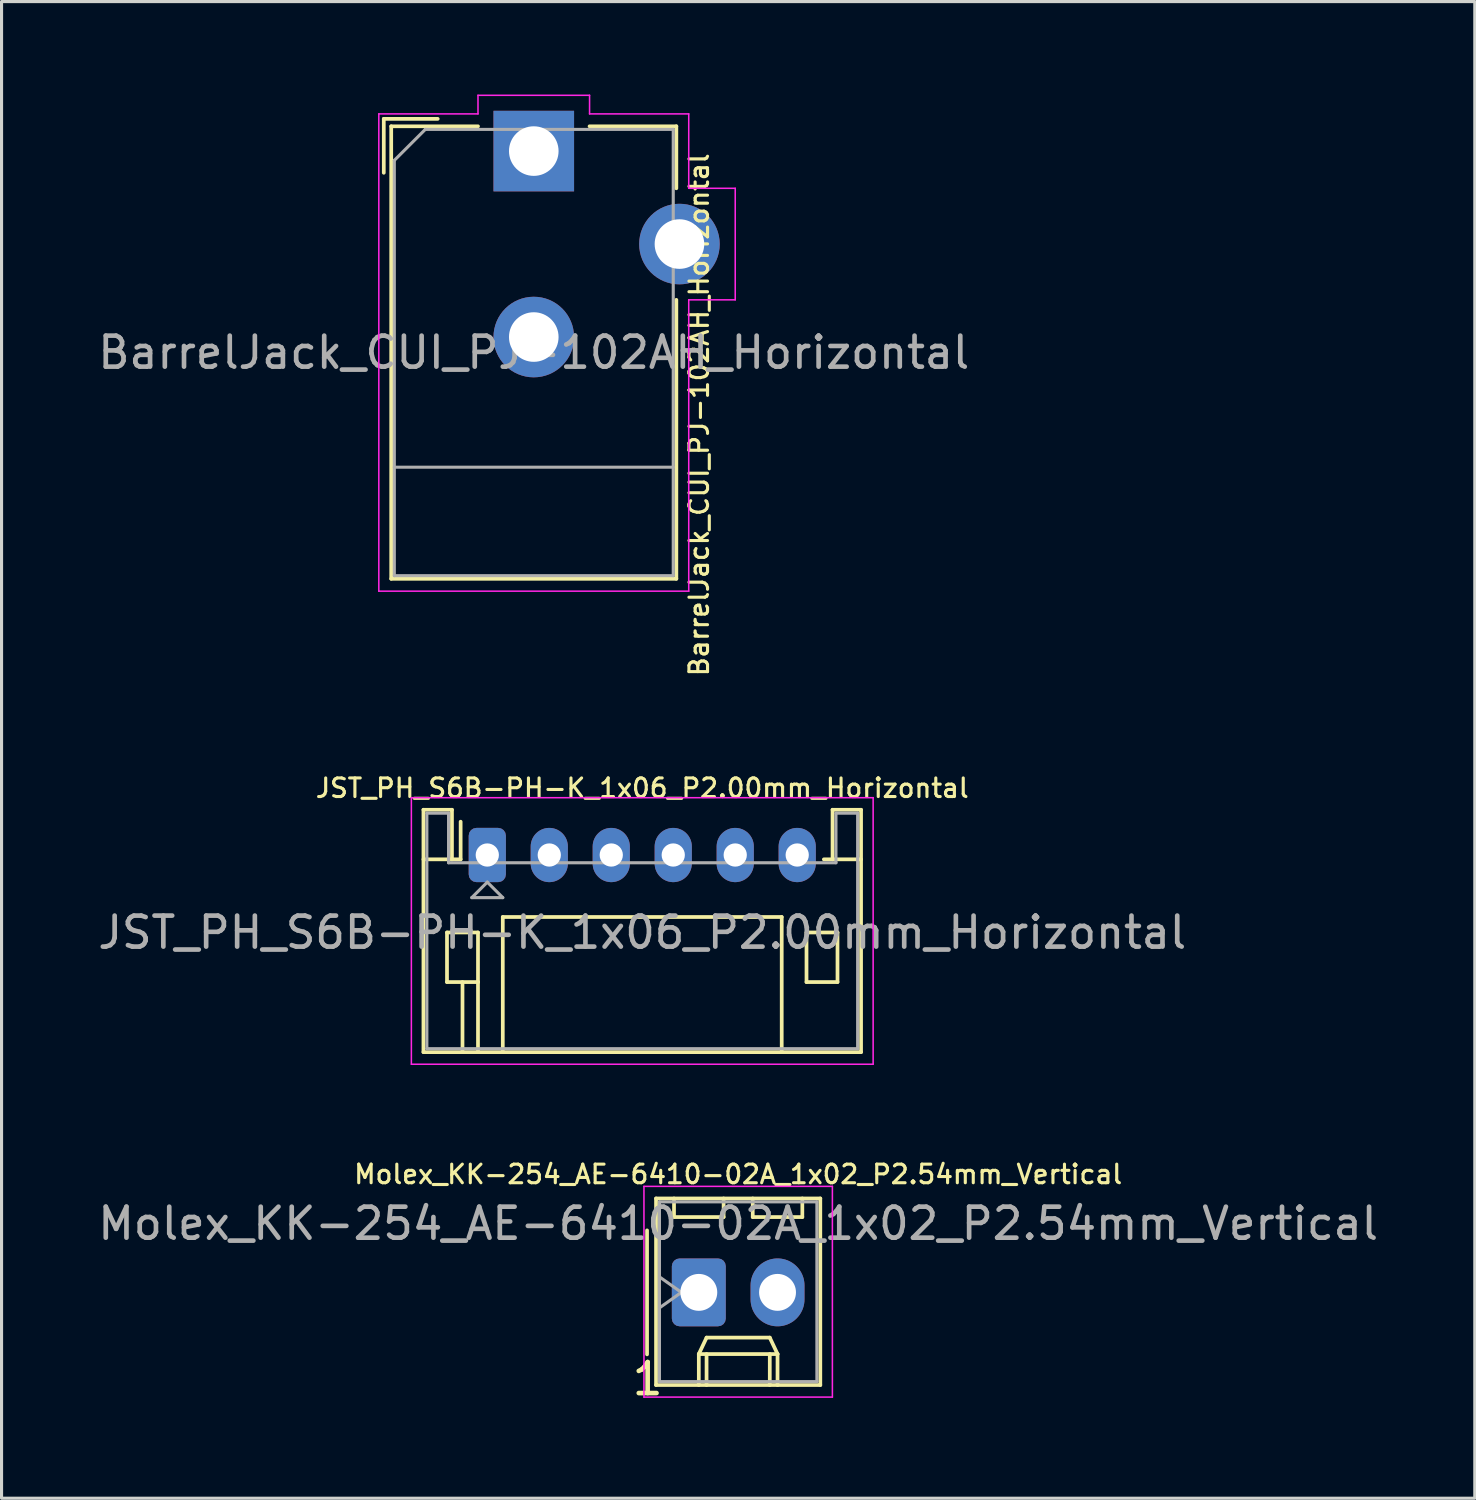
<source format=kicad_pcb>
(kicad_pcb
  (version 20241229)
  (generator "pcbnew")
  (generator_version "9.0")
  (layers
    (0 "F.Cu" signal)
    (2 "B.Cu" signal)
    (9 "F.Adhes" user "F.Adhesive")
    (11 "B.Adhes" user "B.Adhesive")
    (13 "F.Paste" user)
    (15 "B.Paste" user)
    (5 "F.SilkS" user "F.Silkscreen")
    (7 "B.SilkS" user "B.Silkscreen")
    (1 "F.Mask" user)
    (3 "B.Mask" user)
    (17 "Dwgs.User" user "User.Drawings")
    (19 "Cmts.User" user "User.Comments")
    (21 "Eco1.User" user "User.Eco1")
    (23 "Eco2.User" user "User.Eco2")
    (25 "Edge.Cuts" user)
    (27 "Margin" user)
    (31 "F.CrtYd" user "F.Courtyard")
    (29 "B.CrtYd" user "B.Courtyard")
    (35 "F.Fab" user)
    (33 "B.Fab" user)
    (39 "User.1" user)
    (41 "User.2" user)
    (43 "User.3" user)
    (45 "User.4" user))
  (footprint "Molex_KK-254_AE-6410-02A_1x02_P2.54mm_Vertical"
    (layer "F.Cu")
    (at 19.498 38.65)
    (property "Reference" "Molex_KK-254_AE-6410-02A_1x02_P2.54mm_Vertical" (at 1.27 -3.81 0) (layer "F.SilkS") (effects (font (size 0.6 0.6) (thickness 0.1))))
    (attr through_hole)
    (fp_line (start -1.67 -2) (end -1.67 2) (stroke (width 0.12) (type solid)) (layer "F.SilkS"))
    (fp_line (start -1.38 -3.03) (end -1.38 2.99) (stroke (width 0.12) (type solid)) (layer "F.SilkS"))
    (fp_line (start -1.38 2.99) (end 3.92 2.99) (stroke (width 0.12) (type solid)) (layer "F.SilkS"))
    (fp_line (start -0.8 -3.03) (end -0.8 -2.43) (stroke (width 0.12) (type solid)) (layer "F.SilkS"))
    (fp_line (start -0.8 -2.43) (end 0.8 -2.43) (stroke (width 0.12) (type solid)) (layer "F.SilkS"))
    (fp_line (start 0 1.99) (end 0.25 1.46) (stroke (width 0.12) (type solid)) (layer "F.SilkS"))
    (fp_line (start 0 1.99) (end 2.54 1.99) (stroke (width 0.12) (type solid)) (layer "F.SilkS"))
    (fp_line (start 0 2.99) (end 0 1.99) (stroke (width 0.12) (type solid)) (layer "F.SilkS"))
    (fp_line (start 0.25 1.46) (end 2.29 1.46) (stroke (width 0.12) (type solid)) (layer "F.SilkS"))
    (fp_line (start 0.25 2.99) (end 0.25 1.99) (stroke (width 0.12) (type solid)) (layer "F.SilkS"))
    (fp_line (start 0.8 -2.43) (end 0.8 -3.03) (stroke (width 0.12) (type solid)) (layer "F.SilkS"))
    (fp_line (start 1.74 -3.03) (end 1.74 -2.43) (stroke (width 0.12) (type solid)) (layer "F.SilkS"))
    (fp_line (start 1.74 -2.43) (end 3.34 -2.43) (stroke (width 0.12) (type solid)) (layer "F.SilkS"))
    (fp_line (start 2.29 1.46) (end 2.54 1.99) (stroke (width 0.12) (type solid)) (layer "F.SilkS"))
    (fp_line (start 2.29 2.99) (end 2.29 1.99) (stroke (width 0.12) (type solid)) (layer "F.SilkS"))
    (fp_line (start 2.54 1.99) (end 2.54 2.99) (stroke (width 0.12) (type solid)) (layer "F.SilkS"))
    (fp_line (start 3.34 -2.43) (end 3.34 -3.03) (stroke (width 0.12) (type solid)) (layer "F.SilkS"))
    (fp_line (start 3.92 -3.03) (end -1.38 -3.03) (stroke (width 0.12) (type solid)) (layer "F.SilkS"))
    (fp_line (start 3.92 2.99) (end 3.92 -3.03) (stroke (width 0.12) (type solid)) (layer "F.SilkS"))
    (fp_line (start -1.77 -3.42) (end -1.77 3.38) (stroke (width 0.05) (type solid)) (layer "F.CrtYd"))
    (fp_line (start -1.77 3.38) (end 4.31 3.38) (stroke (width 0.05) (type solid)) (layer "F.CrtYd"))
    (fp_line (start 4.31 -3.42) (end -1.77 -3.42) (stroke (width 0.05) (type solid)) (layer "F.CrtYd"))
    (fp_line (start 4.31 3.38) (end 4.31 -3.42) (stroke (width 0.05) (type solid)) (layer "F.CrtYd"))
    (fp_line (start -1.27 -2.92) (end -1.27 2.88) (stroke (width 0.1) (type solid)) (layer "F.Fab"))
    (fp_line (start -1.27 -0.5) (end -0.563 0) (stroke (width 0.1) (type solid)) (layer "F.Fab"))
    (fp_line (start -1.27 2.88) (end 3.81 2.88) (stroke (width 0.1) (type solid)) (layer "F.Fab"))
    (fp_line (start -0.563 0) (end -1.27 0.5) (stroke (width 0.1) (type solid)) (layer "F.Fab"))
    (fp_line (start 3.81 -2.92) (end -1.27 -2.92) (stroke (width 0.1) (type solid)) (layer "F.Fab"))
    (fp_line (start 3.81 2.88) (end 3.81 -2.92) (stroke (width 0.1) (type solid)) (layer "F.Fab"))
    (fp_text user "1" (at -1.651 2.794 0) (unlocked yes) (layer "F.SilkS") (effects (font (size 1 1) (thickness 0.15))))
    (fp_text user "${REFERENCE}" (at 1.27 -2.22 0) (layer "F.Fab") (effects (font (size 1 1) (thickness 0.15))))
    (pad "1" thru_hole roundrect (at 0 0) (size 1.74 2.19) (drill 1.19) (layers "*.Cu" "*.Mask") (roundrect_rratio 0.144))
    (pad "2" thru_hole oval (at 2.54 0) (size 1.74 2.19) (drill 1.19) (layers "*.Cu" "*.Mask")))
  (footprint "BarrelJack_CUI_PJ-102AH_Horizontal"
    (layer "F.Cu")
    (at 14.173 1.825)
    (property "Reference" "BarrelJack_CUI_PJ-102AH_Horizontal" (at 5.334 8.509 90) (layer "F.SilkS") (effects (font (size 0.6 0.6) (thickness 0.1))))
    (attr through_hole)
    (fp_line (start -4.84 -1.04) (end -3.1 -1.04) (stroke (width 0.12) (type solid)) (layer "F.SilkS"))
    (fp_line (start -4.84 0.7) (end -4.84 -1.04) (stroke (width 0.12) (type solid)) (layer "F.SilkS"))
    (fp_line (start -4.6 -0.8) (end -1.8 -0.8) (stroke (width 0.12) (type solid)) (layer "F.SilkS"))
    (fp_line (start -4.6 13.8) (end -4.6 -0.8) (stroke (width 0.12) (type solid)) (layer "F.SilkS"))
    (fp_line (start 1.8 -0.8) (end 4.6 -0.8) (stroke (width 0.12) (type solid)) (layer "F.SilkS"))
    (fp_line (start 4.6 -0.8) (end 4.6 1.2) (stroke (width 0.12) (type solid)) (layer "F.SilkS"))
    (fp_line (start 4.6 4.8) (end 4.6 13.8) (stroke (width 0.12) (type solid)) (layer "F.SilkS"))
    (fp_line (start 4.6 13.8) (end -4.6 13.8) (stroke (width 0.12) (type solid)) (layer "F.SilkS"))
    (fp_line (start -5 -1.2) (end -1.8 -1.2) (stroke (width 0.05) (type solid)) (layer "F.CrtYd"))
    (fp_line (start -5 14.2) (end -5 -1.2) (stroke (width 0.05) (type solid)) (layer "F.CrtYd"))
    (fp_line (start -1.8 -1.8) (end 1.8 -1.8) (stroke (width 0.05) (type solid)) (layer "F.CrtYd"))
    (fp_line (start -1.8 -1.2) (end -1.8 -1.8) (stroke (width 0.05) (type solid)) (layer "F.CrtYd"))
    (fp_line (start 1.8 -1.8) (end 1.8 -1.2) (stroke (width 0.05) (type solid)) (layer "F.CrtYd"))
    (fp_line (start 1.8 -1.2) (end 5 -1.2) (stroke (width 0.05) (type solid)) (layer "F.CrtYd"))
    (fp_line (start 5 -1.2) (end 5 1.2) (stroke (width 0.05) (type solid)) (layer "F.CrtYd"))
    (fp_line (start 5 1.2) (end 6.5 1.2) (stroke (width 0.05) (type solid)) (layer "F.CrtYd"))
    (fp_line (start 5 4.8) (end 5 14.2) (stroke (width 0.05) (type solid)) (layer "F.CrtYd"))
    (fp_line (start 5 14.2) (end -5 14.2) (stroke (width 0.05) (type solid)) (layer "F.CrtYd"))
    (fp_line (start 6.5 1.2) (end 6.5 4.8) (stroke (width 0.05) (type solid)) (layer "F.CrtYd"))
    (fp_line (start 6.5 4.8) (end 5 4.8) (stroke (width 0.05) (type solid)) (layer "F.CrtYd"))
    (fp_line (start -4.5 0.3) (end -3.5 -0.7) (stroke (width 0.1) (type solid)) (layer "F.Fab"))
    (fp_line (start -4.5 10.2) (end 4.5 10.2) (stroke (width 0.1) (type solid)) (layer "F.Fab"))
    (fp_line (start -4.5 13.7) (end -4.5 0.3) (stroke (width 0.1) (type solid)) (layer "F.Fab"))
    (fp_line (start -3.5 -0.7) (end 4.5 -0.7) (stroke (width 0.1) (type solid)) (layer "F.Fab"))
    (fp_line (start 4.5 -0.7) (end 4.5 13.7) (stroke (width 0.1) (type solid)) (layer "F.Fab"))
    (fp_line (start 4.5 13.7) (end -4.5 13.7) (stroke (width 0.1) (type solid)) (layer "F.Fab"))
    (fp_text user "${REFERENCE}" (at 0 6.5 0) (layer "F.Fab") (effects (font (size 1 1) (thickness 0.15))))
    (pad "1" thru_hole rect (at 0 0) (size 2.6 2.6) (drill 1.6) (layers "*.Cu" "*.Mask"))
    (pad "2" thru_hole circle (at 0 6) (size 2.6 2.6) (drill 1.6) (layers "*.Cu" "*.Mask"))
    (pad "3" thru_hole circle (at 4.7 3) (size 2.6 2.6) (drill 1.6) (layers "*.Cu" "*.Mask")))
  (footprint "JST_PH_S6B-PH-K_1x06_P2.00mm_Horizontal"
    (layer "F.Cu")
    (at 12.673 24.538)
    (property "Reference" "JST_PH_S6B-PH-K_1x06_P2.00mm_Horizontal" (at 5 -2.159 0) (layer "F.SilkS") (effects (font (size 0.6 0.6) (thickness 0.1))))
    (attr through_hole)
    (fp_line (start -2.06 -1.46) (end -2.06 6.36) (stroke (width 0.12) (type solid)) (layer "F.SilkS"))
    (fp_line (start -2.06 0.14) (end -1.14 0.14) (stroke (width 0.12) (type solid)) (layer "F.SilkS"))
    (fp_line (start -2.06 6.36) (end 12.06 6.36) (stroke (width 0.12) (type solid)) (layer "F.SilkS"))
    (fp_line (start -1.3 2.5) (end -1.3 4.1) (stroke (width 0.12) (type solid)) (layer "F.SilkS"))
    (fp_line (start -1.3 4.1) (end -0.3 4.1) (stroke (width 0.12) (type solid)) (layer "F.SilkS"))
    (fp_line (start -1.14 -1.46) (end -2.06 -1.46) (stroke (width 0.12) (type solid)) (layer "F.SilkS"))
    (fp_line (start -1.14 0.14) (end -1.14 -1.46) (stroke (width 0.12) (type solid)) (layer "F.SilkS"))
    (fp_line (start -0.86 0.14) (end -1.14 0.14) (stroke (width 0.12) (type solid)) (layer "F.SilkS"))
    (fp_line (start -0.86 0.14) (end -0.86 -1.075) (stroke (width 0.12) (type solid)) (layer "F.SilkS"))
    (fp_line (start -0.8 4.1) (end -0.8 6.36) (stroke (width 0.12) (type solid)) (layer "F.SilkS"))
    (fp_line (start -0.3 2.5) (end -1.3 2.5) (stroke (width 0.12) (type solid)) (layer "F.SilkS"))
    (fp_line (start -0.3 4.1) (end -0.3 2.5) (stroke (width 0.12) (type solid)) (layer "F.SilkS"))
    (fp_line (start -0.3 4.1) (end -0.3 6.36) (stroke (width 0.12) (type solid)) (layer "F.SilkS"))
    (fp_line (start 0.5 2) (end 9.5 2) (stroke (width 0.12) (type solid)) (layer "F.SilkS"))
    (fp_line (start 0.5 6.36) (end 0.5 2) (stroke (width 0.12) (type solid)) (layer "F.SilkS"))
    (fp_line (start 9.5 2) (end 9.5 6.36) (stroke (width 0.12) (type solid)) (layer "F.SilkS"))
    (fp_line (start 10.3 2.5) (end 11.3 2.5) (stroke (width 0.12) (type solid)) (layer "F.SilkS"))
    (fp_line (start 10.3 4.1) (end 10.3 2.5) (stroke (width 0.12) (type solid)) (layer "F.SilkS"))
    (fp_line (start 11.14 -1.46) (end 11.14 0.14) (stroke (width 0.12) (type solid)) (layer "F.SilkS"))
    (fp_line (start 11.14 0.14) (end 10.86 0.14) (stroke (width 0.12) (type solid)) (layer "F.SilkS"))
    (fp_line (start 11.3 2.5) (end 11.3 4.1) (stroke (width 0.12) (type solid)) (layer "F.SilkS"))
    (fp_line (start 11.3 4.1) (end 10.3 4.1) (stroke (width 0.12) (type solid)) (layer "F.SilkS"))
    (fp_line (start 12.06 -1.46) (end 11.14 -1.46) (stroke (width 0.12) (type solid)) (layer "F.SilkS"))
    (fp_line (start 12.06 0.14) (end 11.14 0.14) (stroke (width 0.12) (type solid)) (layer "F.SilkS"))
    (fp_line (start 12.06 6.36) (end 12.06 -1.46) (stroke (width 0.12) (type solid)) (layer "F.SilkS"))
    (fp_line (start -2.45 -1.85) (end -2.45 6.75) (stroke (width 0.05) (type solid)) (layer "F.CrtYd"))
    (fp_line (start -2.45 6.75) (end 12.45 6.75) (stroke (width 0.05) (type solid)) (layer "F.CrtYd"))
    (fp_line (start 12.45 -1.85) (end -2.45 -1.85) (stroke (width 0.05) (type solid)) (layer "F.CrtYd"))
    (fp_line (start 12.45 6.75) (end 12.45 -1.85) (stroke (width 0.05) (type solid)) (layer "F.CrtYd"))
    (fp_line (start -1.95 -1.35) (end -1.95 6.25) (stroke (width 0.1) (type solid)) (layer "F.Fab"))
    (fp_line (start -1.95 6.25) (end 11.95 6.25) (stroke (width 0.1) (type solid)) (layer "F.Fab"))
    (fp_line (start -1.25 -1.35) (end -1.95 -1.35) (stroke (width 0.1) (type solid)) (layer "F.Fab"))
    (fp_line (start -1.25 0.25) (end -1.25 -1.35) (stroke (width 0.1) (type solid)) (layer "F.Fab"))
    (fp_line (start -0.5 1.375) (end 0.5 1.375) (stroke (width 0.1) (type solid)) (layer "F.Fab"))
    (fp_line (start 0 0.875) (end -0.5 1.375) (stroke (width 0.1) (type solid)) (layer "F.Fab"))
    (fp_line (start 0.5 1.375) (end 0 0.875) (stroke (width 0.1) (type solid)) (layer "F.Fab"))
    (fp_line (start 11.25 -1.35) (end 11.25 0.25) (stroke (width 0.1) (type solid)) (layer "F.Fab"))
    (fp_line (start 11.25 0.25) (end -1.25 0.25) (stroke (width 0.1) (type solid)) (layer "F.Fab"))
    (fp_line (start 11.95 -1.35) (end 11.25 -1.35) (stroke (width 0.1) (type solid)) (layer "F.Fab"))
    (fp_line (start 11.95 6.25) (end 11.95 -1.35) (stroke (width 0.1) (type solid)) (layer "F.Fab"))
    (fp_text user "${REFERENCE}" (at 5 2.5 0) (layer "F.Fab") (effects (font (size 1 1) (thickness 0.15))))
    (pad "1" thru_hole roundrect (at 0 0) (size 1.2 1.75) (drill 0.75) (layers "*.Cu" "*.Mask") (roundrect_rratio 0.208))
    (pad "2" thru_hole oval (at 2 0) (size 1.2 1.75) (drill 0.75) (layers "*.Cu" "*.Mask"))
    (pad "3" thru_hole oval (at 4 0) (size 1.2 1.75) (drill 0.75) (layers "*.Cu" "*.Mask"))
    (pad "4" thru_hole oval (at 6 0) (size 1.2 1.75) (drill 0.75) (layers "*.Cu" "*.Mask"))
    (pad "5" thru_hole oval (at 8 0) (size 1.2 1.75) (drill 0.75) (layers "*.Cu" "*.Mask"))
    (pad "6" thru_hole oval (at 10 0) (size 1.2 1.75) (drill 0.75) (layers "*.Cu" "*.Mask")))
  (gr_rect
    (start -3 -3)
    (end 44.536 45.292)
    (stroke (width 0.1) (type default))
    (fill no)
    (layer "Edge.Cuts")))
</source>
